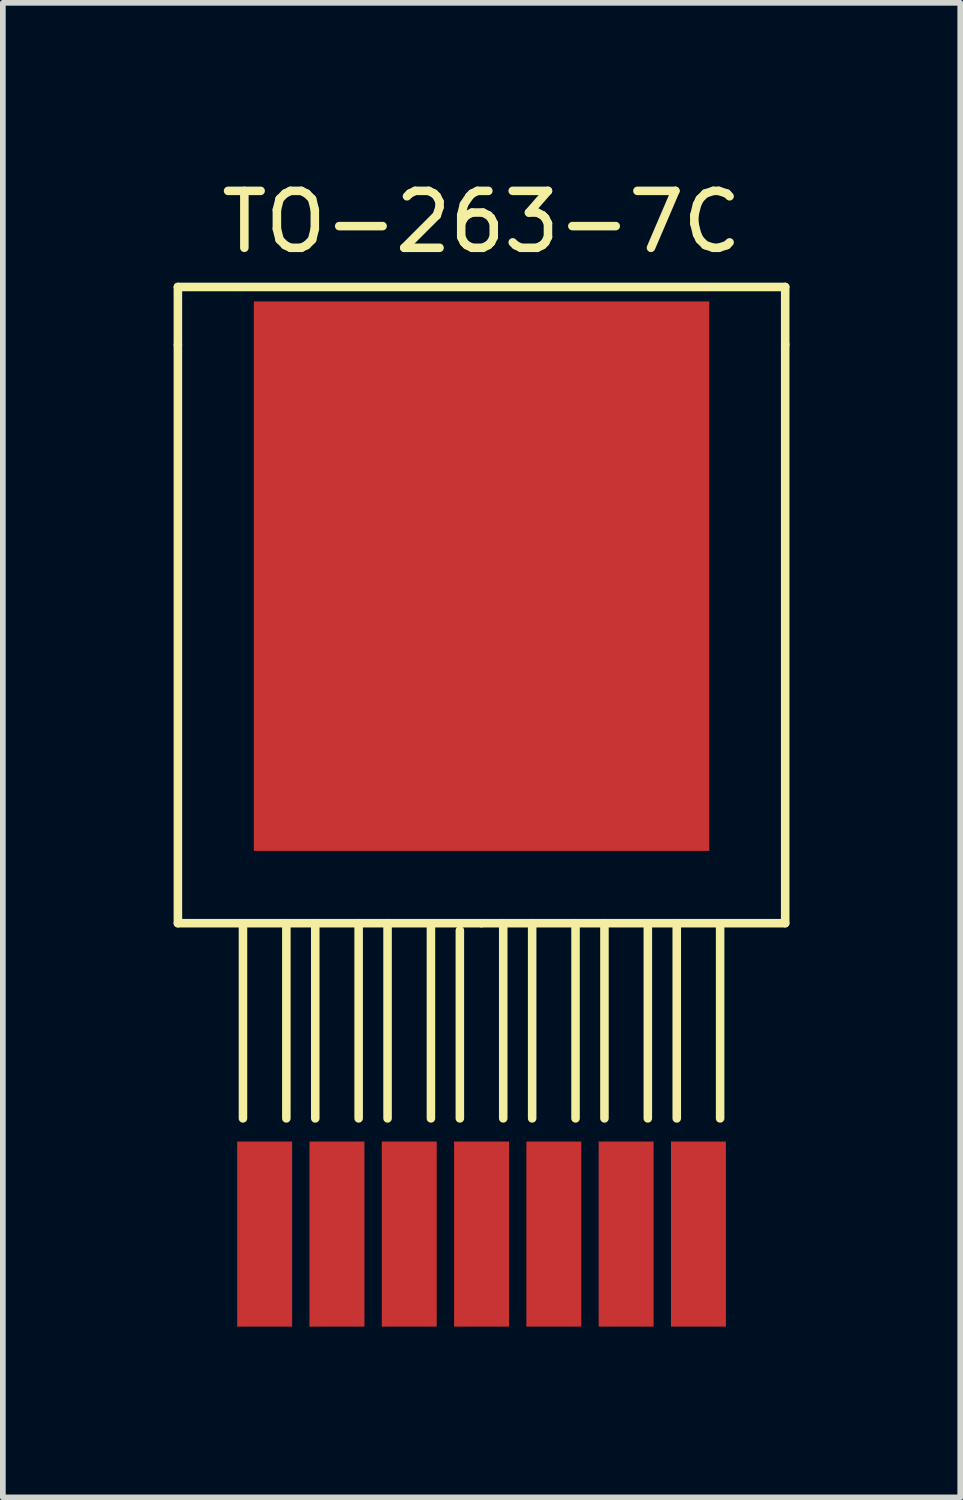
<source format=kicad_pcb>
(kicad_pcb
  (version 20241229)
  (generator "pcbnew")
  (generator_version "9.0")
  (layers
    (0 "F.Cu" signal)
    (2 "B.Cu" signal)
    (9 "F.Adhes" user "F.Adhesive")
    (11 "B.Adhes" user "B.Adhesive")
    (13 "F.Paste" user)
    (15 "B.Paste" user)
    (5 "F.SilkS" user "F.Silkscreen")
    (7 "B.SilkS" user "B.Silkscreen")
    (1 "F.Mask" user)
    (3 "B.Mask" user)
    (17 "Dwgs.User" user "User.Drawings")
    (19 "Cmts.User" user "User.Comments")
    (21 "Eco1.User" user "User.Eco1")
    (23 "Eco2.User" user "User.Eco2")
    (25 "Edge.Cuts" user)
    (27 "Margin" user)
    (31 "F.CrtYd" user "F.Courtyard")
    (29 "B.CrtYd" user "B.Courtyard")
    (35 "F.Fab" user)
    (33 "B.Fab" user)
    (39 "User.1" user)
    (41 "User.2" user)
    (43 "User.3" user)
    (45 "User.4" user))
  (footprint "TO-263-7C"
    (layer "F.Cu")
    (at 5.409 18.628)
    (property "Reference" "TO-263-7C" (at 0 -17.78 0) (layer "F.SilkS") (effects (font (size 1 1) (thickness 0.15))))
    (attr through_hole)
    (fp_line (start -5.334 -16.637) (end -5.334 -15.621) (stroke (width 0.15) (type solid)) (layer "F.SilkS"))
    (fp_line (start -5.334 -16.637) (end 5.334 -16.637) (stroke (width 0.15) (type solid)) (layer "F.SilkS"))
    (fp_line (start -5.334 -5.461) (end -5.334 -15.621) (stroke (width 0.15) (type solid)) (layer "F.SilkS"))
    (fp_line (start -4.191 -2.032) (end -4.191 -5.461) (stroke (width 0.15) (type solid)) (layer "F.SilkS"))
    (fp_line (start -3.429 -2.032) (end -3.429 -5.461) (stroke (width 0.15) (type solid)) (layer "F.SilkS"))
    (fp_line (start -2.921 -2.032) (end -2.921 -5.461) (stroke (width 0.15) (type solid)) (layer "F.SilkS"))
    (fp_line (start -2.159 -2.032) (end -2.159 -5.461) (stroke (width 0.15) (type solid)) (layer "F.SilkS"))
    (fp_line (start -1.651 -2.032) (end -1.651 -5.461) (stroke (width 0.15) (type solid)) (layer "F.SilkS"))
    (fp_line (start -0.889 -2.032) (end -0.889 -5.461) (stroke (width 0.15) (type solid)) (layer "F.SilkS"))
    (fp_line (start -0.381 -2.032) (end -0.381 -5.334) (stroke (width 0.15) (type solid)) (layer "F.SilkS"))
    (fp_line (start 0 -5.461) (end -5.334 -5.461) (stroke (width 0.15) (type solid)) (layer "F.SilkS"))
    (fp_line (start 0 -5.461) (end 5.334 -5.461) (stroke (width 0.15) (type solid)) (layer "F.SilkS"))
    (fp_line (start 0.381 -2.032) (end 0.381 -5.461) (stroke (width 0.15) (type solid)) (layer "F.SilkS"))
    (fp_line (start 0.889 -2.032) (end 0.889 -5.461) (stroke (width 0.15) (type solid)) (layer "F.SilkS"))
    (fp_line (start 1.651 -2.032) (end 1.651 -5.461) (stroke (width 0.15) (type solid)) (layer "F.SilkS"))
    (fp_line (start 2.159 -2.032) (end 2.159 -5.461) (stroke (width 0.15) (type solid)) (layer "F.SilkS"))
    (fp_line (start 2.921 -2.032) (end 2.921 -5.461) (stroke (width 0.15) (type solid)) (layer "F.SilkS"))
    (fp_line (start 3.429 -2.032) (end 3.429 -5.461) (stroke (width 0.15) (type solid)) (layer "F.SilkS"))
    (fp_line (start 4.191 -2.032) (end 4.191 -5.461) (stroke (width 0.15) (type solid)) (layer "F.SilkS"))
    (fp_line (start 5.334 -16.637) (end 5.334 -15.621) (stroke (width 0.15) (type solid)) (layer "F.SilkS"))
    (fp_line (start 5.334 -5.461) (end 5.334 -15.621) (stroke (width 0.15) (type solid)) (layer "F.SilkS"))
    (pad "1" smd rect (at -3.81 0) (size 0.965 3.251) (layers "F.Cu" "F.Mask" "F.Paste"))
    (pad "2" smd rect (at -2.54 0) (size 0.965 3.251) (layers "F.Cu" "F.Mask" "F.Paste"))
    (pad "3" smd rect (at -1.27 0) (size 0.965 3.251) (layers "F.Cu" "F.Mask" "F.Paste"))
    (pad "4" smd rect (at 0 0) (size 0.965 3.251) (layers "F.Cu" "F.Mask" "F.Paste"))
    (pad "5" smd rect (at 1.27 0) (size 0.965 3.251) (layers "F.Cu" "F.Mask" "F.Paste"))
    (pad "6" smd rect (at 2.54 0) (size 0.965 3.251) (layers "F.Cu" "F.Mask" "F.Paste"))
    (pad "7" smd rect (at 3.81 0) (size 0.965 3.251) (layers "F.Cu" "F.Mask" "F.Paste"))
    (pad "8" smd rect (at 0 -11.557) (size 8.001 9.652) (layers "F.Cu" "F.Mask" "F.Paste")))
  (gr_rect
    (start -3 -3)
    (end 13.818 23.254)
    (stroke (width 0.1) (type default))
    (fill no)
    (layer "Edge.Cuts")))
</source>
